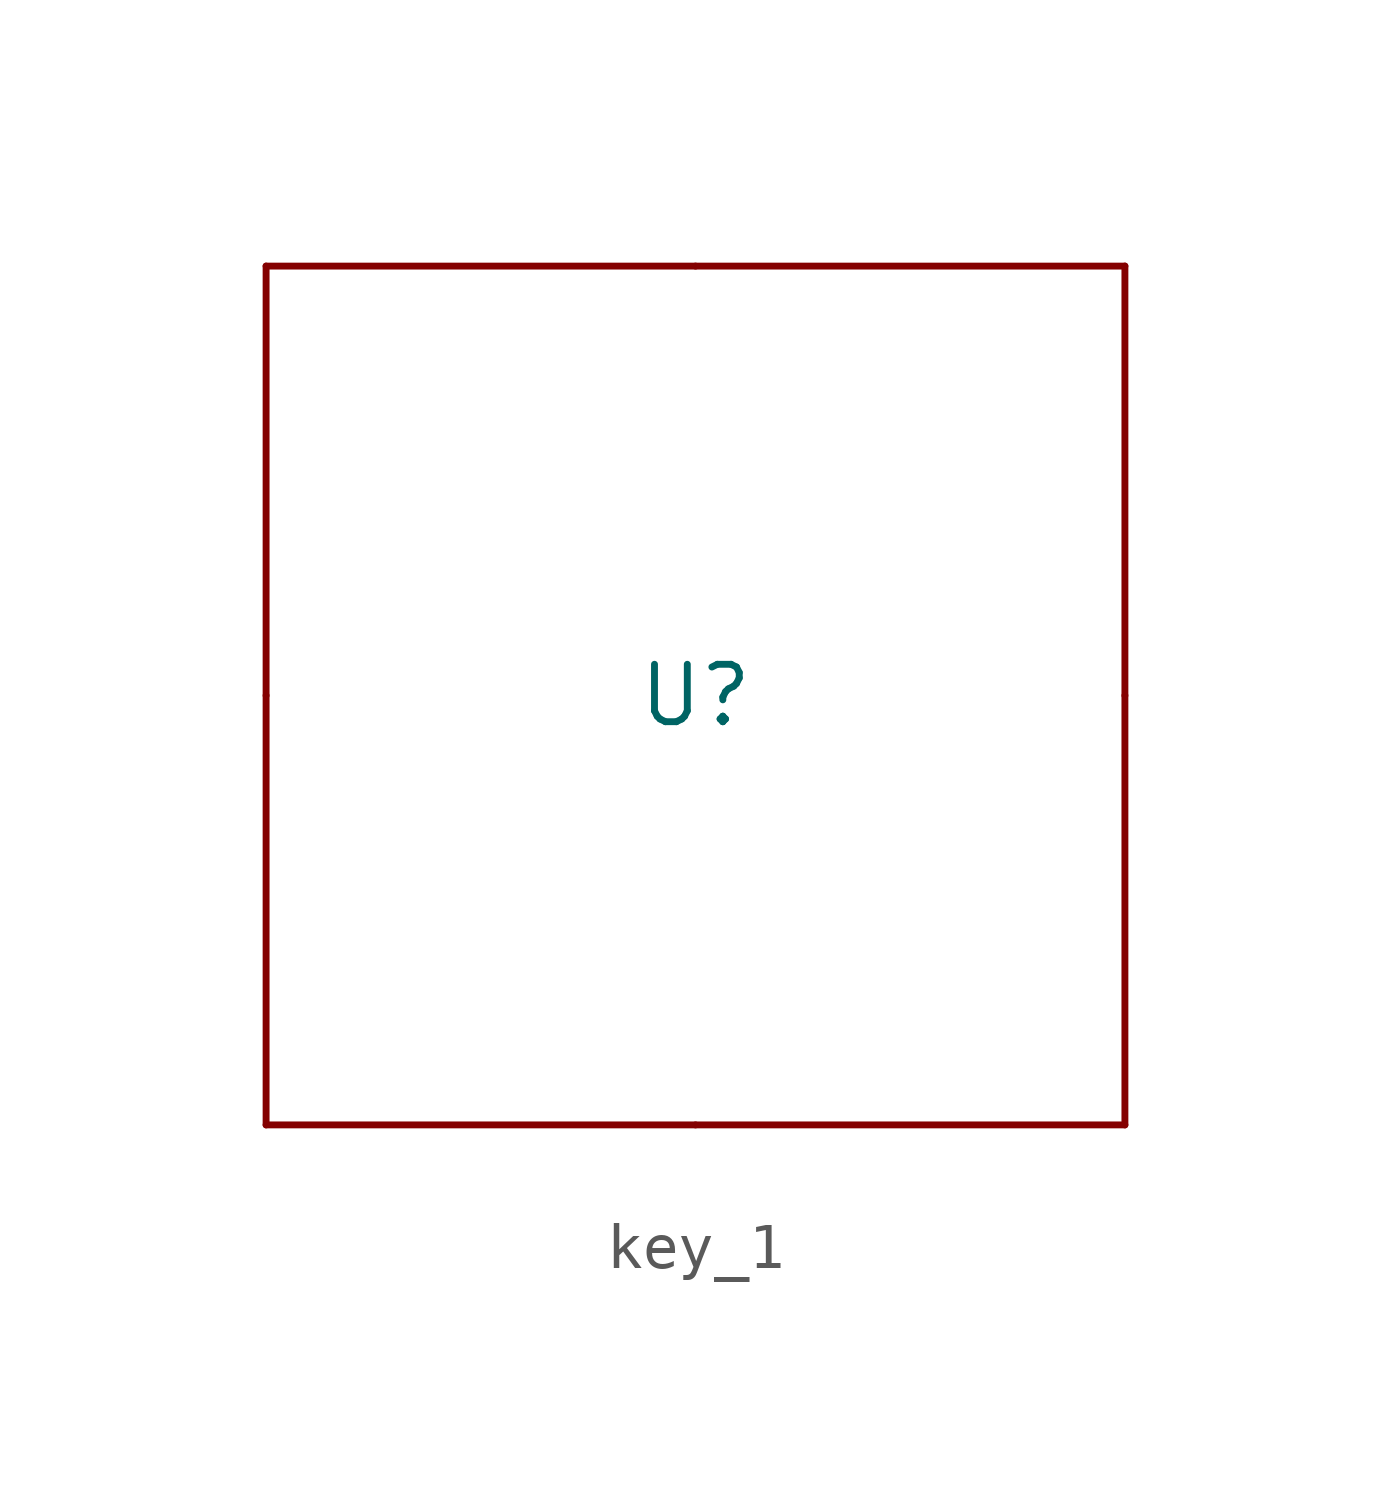
<source format=kicad_sym>
(kicad_symbol_lib
  (version 20241209)
  (generator "kicad_symbol_editor")
  (generator_version "9.0")
  (symbol "key_1"
    (property "Reference" "U"
      (at 0 0 0)
      (effects (font (size 1.27 1.27))))
    (property "Value" ""
      (at 0 0 0)
      (effects (font (size 1.27 1.27))))
    (symbol "key_1_0_1"
      (rectangle (start -9.5 9.5) (end 0 9.5) (stroke (width 0) (type default)) (fill (type none)))
      (rectangle (start -9.5 0) (end -9.5 9.5) (stroke (width 0) (type default)) (fill (type none)))
      (rectangle (start -9.5 -9.5) (end -9.5 0) (stroke (width 0) (type default)) (fill (type none)))
      (rectangle (start 0 9.5) (end 9.5 9.5) (stroke (width 0) (type default)) (fill (type none)))
      (rectangle (start 0 -9.5) (end -9.5 -9.5) (stroke (width 0) (type default)) (fill (type none)))
      (rectangle (start 9.5 0) (end 9.5 9.5) (stroke (width 0) (type default)) (fill (type none)))
      (rectangle (start 9.5 0) (end 9.5 -9.5) (stroke (width 0) (type default)) (fill (type none)))
      (rectangle (start 9.5 -9.5) (end 0 -9.5) (stroke (width 0) (type default)) (fill (type none))))))
</source>
